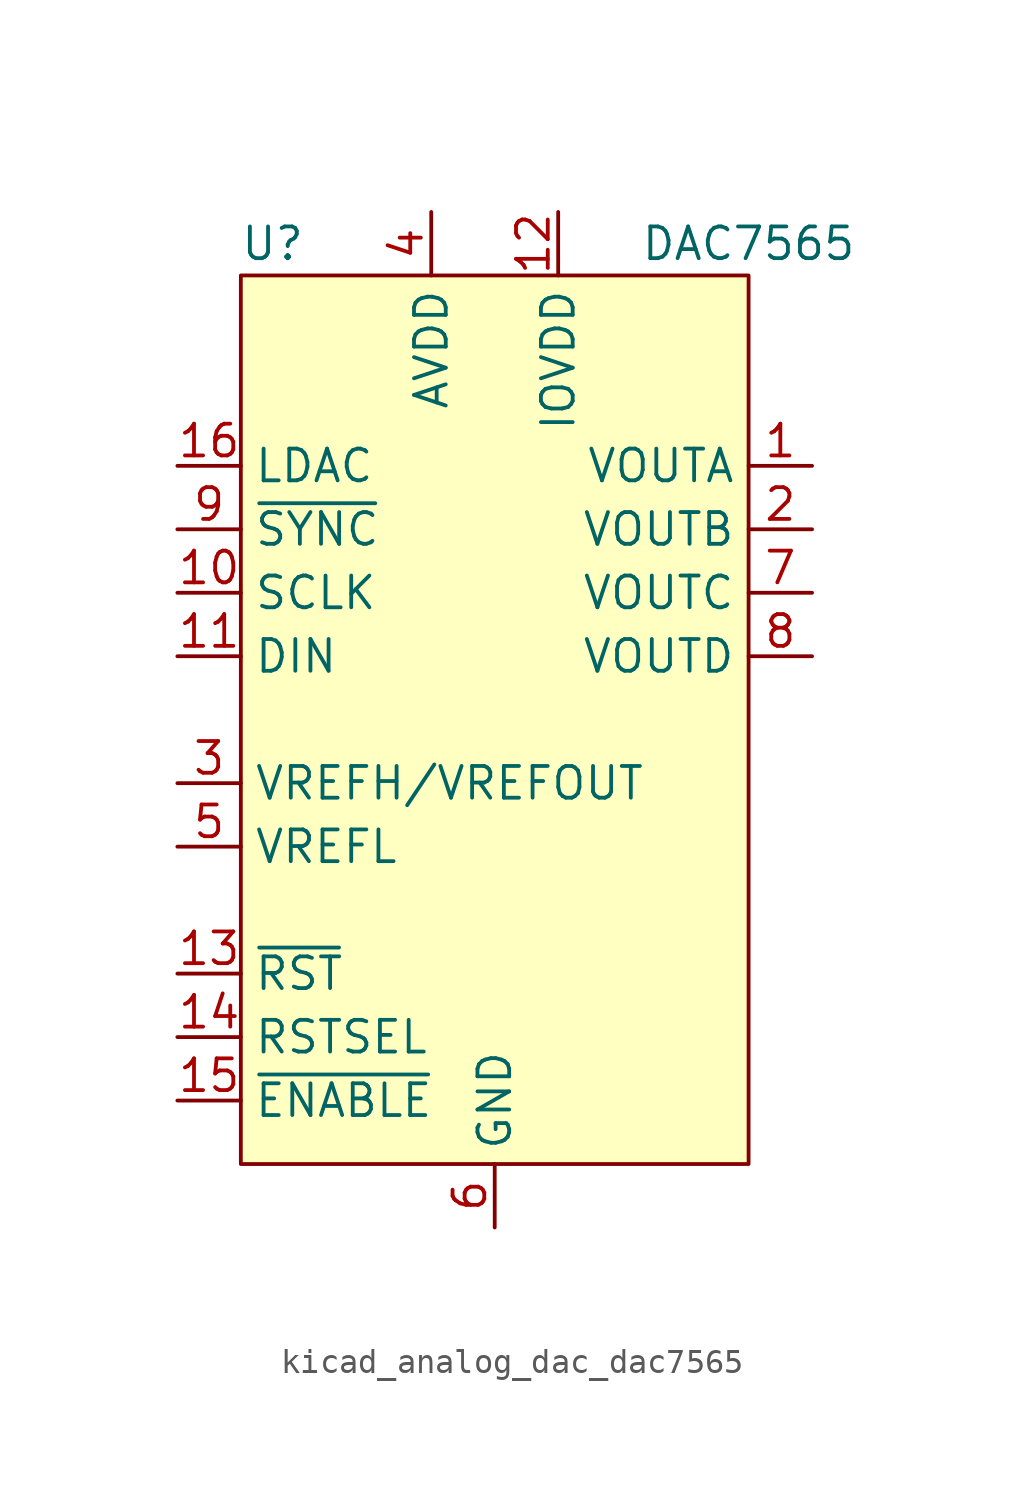
<source format=kicad_sym>
(kicad_symbol_lib
  (version 20220914)
  (generator kicad_symbol_editor)
  (symbol "kicad_analog_dac_dac7565"
    (property "Reference" "U"
      (at -8.89 21.59 0)
      (effects (font (size 1.27 1.27))))
    (property "Value" "DAC7565"
      (at 10.16 21.59 0)
      (effects (font (size 1.27 1.27))))
    (symbol "kicad_analog_dac_dac7565_0_0"
      (pin output line (at 12.7 12.7 180) (length 2.54) (name "VOUTA" (effects (font (size 1.27 1.27)))) (number "1" (effects (font (size 1.27 1.27)))))
      (pin input line (at -12.7 7.62 0) (length 2.54) (name "SCLK" (effects (font (size 1.27 1.27)))) (number "10" (effects (font (size 1.27 1.27)))))
      (pin input line (at -12.7 5.08 0) (length 2.54) (name "DIN" (effects (font (size 1.27 1.27)))) (number "11" (effects (font (size 1.27 1.27)))))
      (pin power_in line (at 2.54 22.86 270) (length 2.54) (name "IOVDD" (effects (font (size 1.27 1.27)))) (number "12" (effects (font (size 1.27 1.27)))))
      (pin input line (at -12.7 -7.62 0) (length 2.54) (name "~{RST}" (effects (font (size 1.27 1.27)))) (number "13" (effects (font (size 1.27 1.27)))))
      (pin input line (at -12.7 -10.16 0) (length 2.54) (name "RSTSEL" (effects (font (size 1.27 1.27)))) (number "14" (effects (font (size 1.27 1.27)))))
      (pin input line (at -12.7 -12.7 0) (length 2.54) (name "~{ENABLE}" (effects (font (size 1.27 1.27)))) (number "15" (effects (font (size 1.27 1.27)))))
      (pin input line (at -12.7 12.7 0) (length 2.54) (name "LDAC" (effects (font (size 1.27 1.27)))) (number "16" (effects (font (size 1.27 1.27)))))
      (pin output line (at 12.7 10.16 180) (length 2.54) (name "VOUTB" (effects (font (size 1.27 1.27)))) (number "2" (effects (font (size 1.27 1.27)))))
      (pin bidirectional line (at -12.7 0 0) (length 2.54) (name "VREFH/VREFOUT" (effects (font (size 1.27 1.27)))) (number "3" (effects (font (size 1.27 1.27)))))
      (pin power_in line (at -2.54 22.86 270) (length 2.54) (name "AVDD" (effects (font (size 1.27 1.27)))) (number "4" (effects (font (size 1.27 1.27)))))
      (pin input line (at -12.7 -2.54 0) (length 2.54) (name "VREFL" (effects (font (size 1.27 1.27)))) (number "5" (effects (font (size 1.27 1.27)))))
      (pin power_in line (at 0 -17.78 90) (length 2.54) (name "GND" (effects (font (size 1.27 1.27)))) (number "6" (effects (font (size 1.27 1.27)))))
      (pin output line (at 12.7 7.62 180) (length 2.54) (name "VOUTC" (effects (font (size 1.27 1.27)))) (number "7" (effects (font (size 1.27 1.27)))))
      (pin output line (at 12.7 5.08 180) (length 2.54) (name "VOUTD" (effects (font (size 1.27 1.27)))) (number "8" (effects (font (size 1.27 1.27)))))
      (pin input line (at -12.7 10.16 0) (length 2.54) (name "~{SYNC}" (effects (font (size 1.27 1.27)))) (number "9" (effects (font (size 1.27 1.27))))))
    (symbol "kicad_analog_dac_dac7565_0_1"
      (rectangle (start -10.16 20.32) (end 10.16 -15.24) (stroke (width 0.152) (type default)) (fill (type background))))))
</source>
